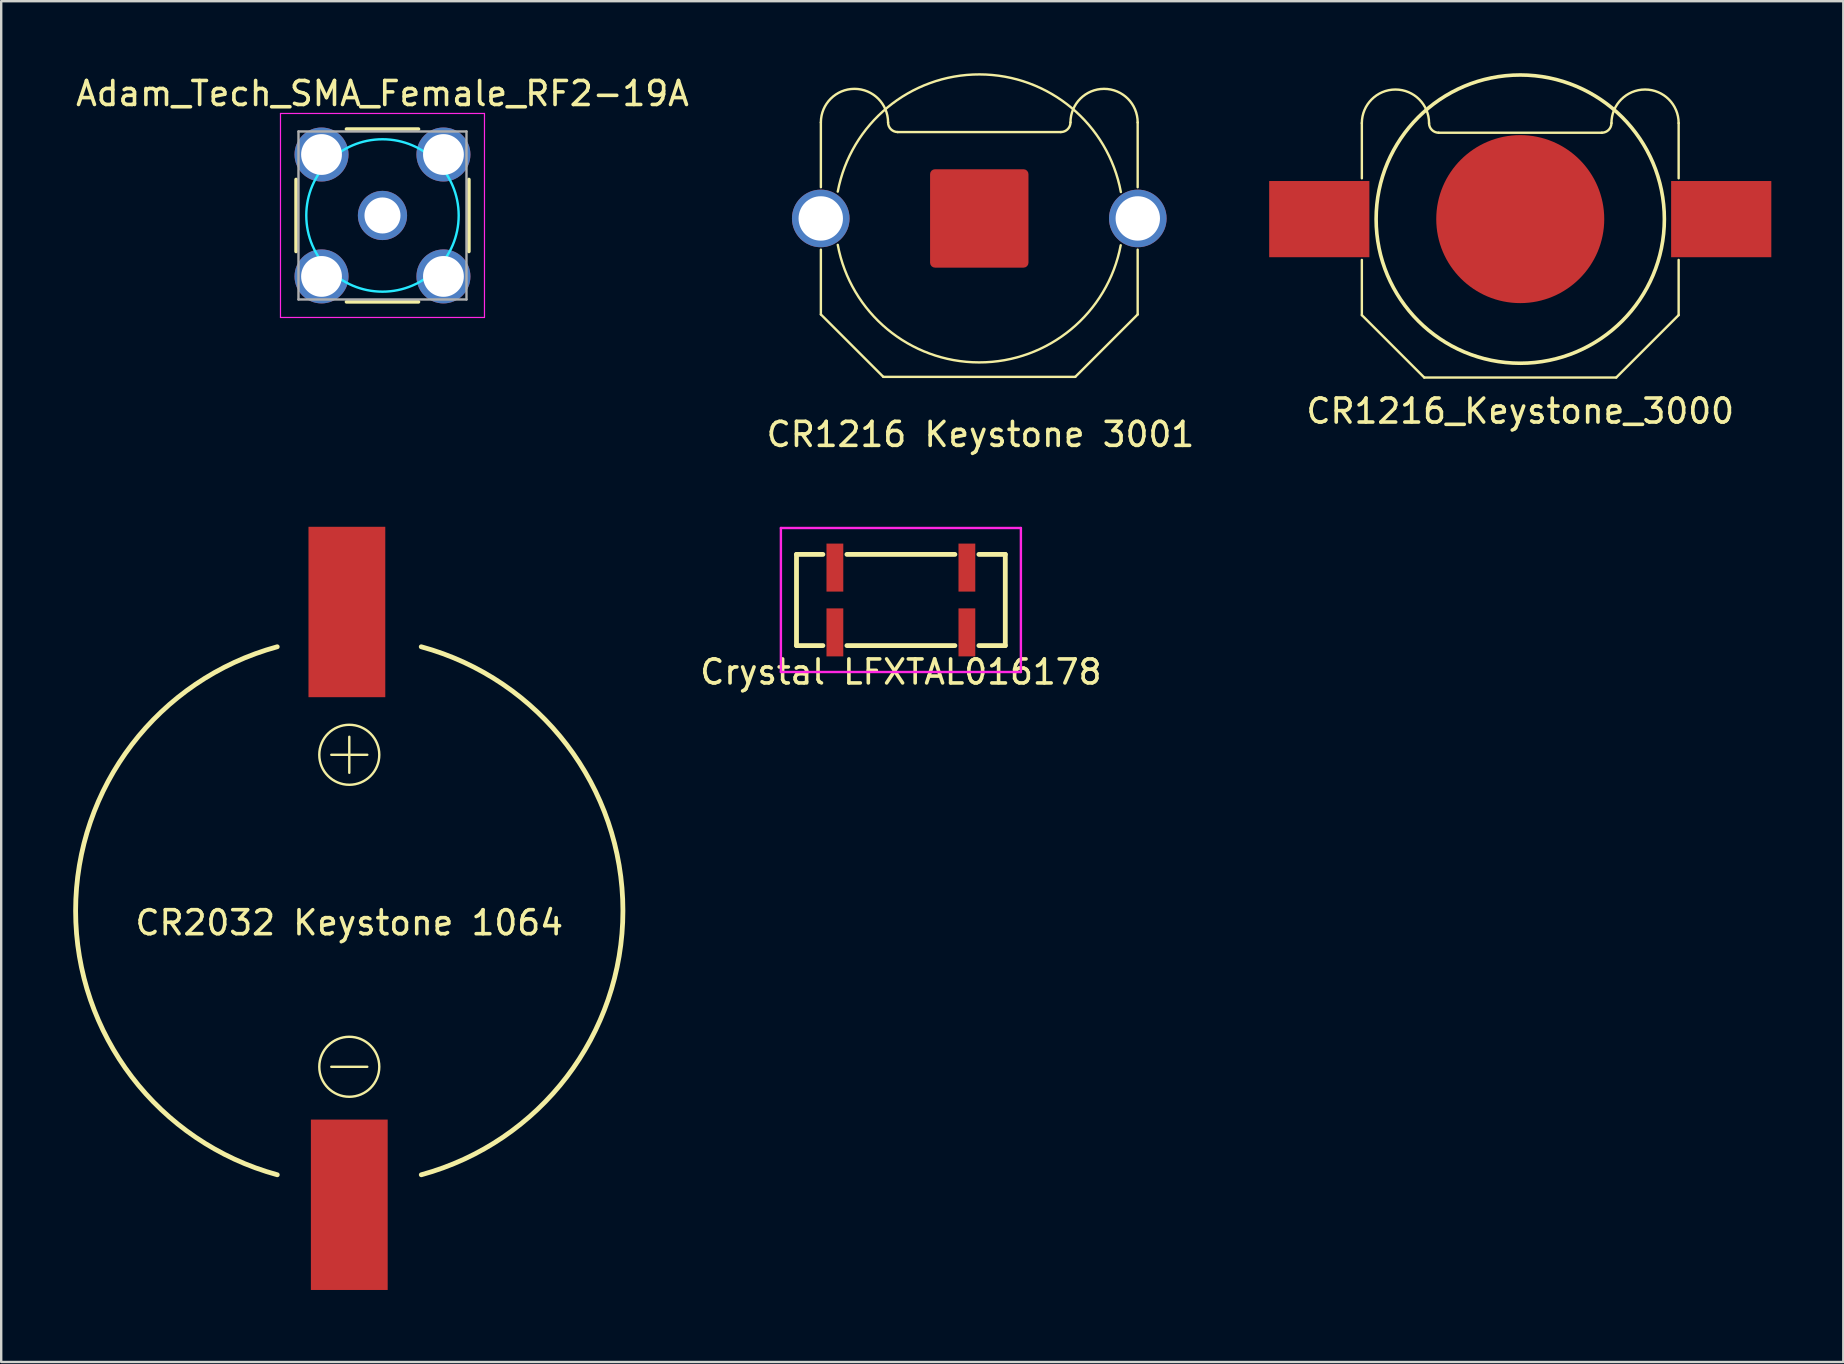
<source format=kicad_pcb>
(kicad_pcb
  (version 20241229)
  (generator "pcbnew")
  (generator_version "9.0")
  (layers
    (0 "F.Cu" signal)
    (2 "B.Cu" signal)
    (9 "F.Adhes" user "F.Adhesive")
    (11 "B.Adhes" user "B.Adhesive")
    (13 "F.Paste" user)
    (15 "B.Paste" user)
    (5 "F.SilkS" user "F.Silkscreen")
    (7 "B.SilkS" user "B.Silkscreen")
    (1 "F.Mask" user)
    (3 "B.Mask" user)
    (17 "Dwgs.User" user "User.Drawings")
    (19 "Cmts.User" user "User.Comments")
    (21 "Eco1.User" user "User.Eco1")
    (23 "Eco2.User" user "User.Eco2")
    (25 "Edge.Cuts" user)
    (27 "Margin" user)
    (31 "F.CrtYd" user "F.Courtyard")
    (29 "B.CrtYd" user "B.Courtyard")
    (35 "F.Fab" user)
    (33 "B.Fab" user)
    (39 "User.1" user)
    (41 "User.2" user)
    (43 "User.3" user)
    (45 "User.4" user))
  (footprint "CR2032 Keystone 1064"
    (layer "F.Cu")
    (at 11.504 34.9)
    (property "Reference" "CR2032 Keystone 1064" (at 0 0.5 0) (layer "F.SilkS") (effects (font (size 1 1) (thickness 0.15))))
    (attr through_hole)
    (fp_line (start 0 -7.25) (end 0 -5.75) (stroke (width 0.1) (type solid)) (layer "F.SilkS"))
    (fp_line (start 0.75 -6.5) (end -0.75 -6.5) (stroke (width 0.1) (type solid)) (layer "F.SilkS"))
    (fp_line (start 0.75 6.5) (end -0.75 6.5) (stroke (width 0.1) (type solid)) (layer "F.SilkS"))
    (fp_arc (start -3 11) (mid -11.403718 0.000484) (end -3.001964 -11.000533) (stroke (width 0.2) (type solid)) (layer "F.SilkS"))
    (fp_arc (start 2.998035 -11.000534) (mid 11.401753 -0.001018) (end 2.999999 10.999999) (stroke (width 0.2) (type solid)) (layer "F.SilkS"))
    (fp_circle (center 0 -6.5) (end 1.25 -6.5) (stroke (width 0.1) (type solid)) (fill no) (layer "F.SilkS"))
    (fp_circle (center 0 6.5) (end 1.25 6.5) (stroke (width 0.1) (type solid)) (fill no) (layer "F.SilkS"))
    (pad "1" smd rect (at -0.1 -12.45) (size 3.2 7.1) (layers "F.Cu" "F.Mask" "F.Paste"))
    (pad "2" smd rect (at 0 12.25) (size 3.2 7.1) (layers "F.Cu" "F.Mask" "F.Paste")))
  (footprint "CR1216_Keystone_3000"
    (layer "F.Cu")
    (at 60.295 6.08)
    (property "Reference" "CR1216_Keystone_3000" (at 0 8 0) (layer "F.SilkS") (effects (font (size 1 1) (thickness 0.15))))
    (attr through_hole)
    (fp_line (start -6.6 -1.7) (end -6.6 -4) (stroke (width 0.1) (type solid)) (layer "F.SilkS"))
    (fp_line (start -6.6 1.7) (end -6.6 4) (stroke (width 0.1) (type solid)) (layer "F.SilkS"))
    (fp_line (start -6.6 4) (end -4 6.6) (stroke (width 0.1) (type solid)) (layer "F.SilkS"))
    (fp_line (start 3.4 -3.6) (end -3.4 -3.6) (stroke (width 0.1) (type solid)) (layer "F.SilkS"))
    (fp_line (start 4 6.6) (end -4 6.6) (stroke (width 0.1) (type solid)) (layer "F.SilkS"))
    (fp_line (start 4 6.6) (end 6.6 4) (stroke (width 0.1) (type solid)) (layer "F.SilkS"))
    (fp_line (start 6.6 -4) (end 6.6 -1.7) (stroke (width 0.1) (type solid)) (layer "F.SilkS"))
    (fp_line (start 6.6 1.7) (end 6.6 4) (stroke (width 0.1) (type solid)) (layer "F.SilkS"))
    (fp_arc (start -6.6 -4) (mid -5.2 -5.4) (end -3.8 -4) (stroke (width 0.1) (type solid)) (layer "F.SilkS"))
    (fp_arc (start -3.4 -3.6) (mid -3.682843 -3.717157) (end -3.8 -4) (stroke (width 0.1) (type solid)) (layer "F.SilkS"))
    (fp_arc (start 3.8 -4) (mid 3.682843 -3.717157) (end 3.4 -3.6) (stroke (width 0.1) (type solid)) (layer "F.SilkS"))
    (fp_arc (start 3.8 -4) (mid 5.2 -5.4) (end 6.6 -4) (stroke (width 0.1) (type solid)) (layer "F.SilkS"))
    (fp_circle (center 0 0) (end 6 -0.25) (stroke (width 0.15) (type solid)) (fill no) (layer "F.SilkS"))
    (pad "1" smd rect (at -8.374 0) (size 4.175 3.175) (layers "F.Cu" "F.Mask" "F.Paste"))
    (pad "1" smd rect (at 8.374 0) (size 4.175 3.175) (layers "F.Cu" "F.Mask" "F.Paste"))
    (pad "2" smd circle (at 0 0) (size 7 7) (layers "F.Cu" "F.Mask")))
  (footprint "CR1216 Keystone 3001"
    (layer "F.Cu")
    (at 37.754 6.052)
    (property "Reference" "CR1216 Keystone 3001" (at 0.05 9 0) (layer "F.SilkS") (effects (font (size 1 1) (thickness 0.15))))
    (attr through_hole)
    (fp_line (start -6.6 -1.3) (end -6.6 -4) (stroke (width 0.1) (type solid)) (layer "F.SilkS"))
    (fp_line (start -6.6 1.3) (end -6.6 4) (stroke (width 0.1) (type solid)) (layer "F.SilkS"))
    (fp_line (start -6.6 4) (end -4 6.6) (stroke (width 0.1) (type solid)) (layer "F.SilkS"))
    (fp_line (start 3.4 -3.6) (end -3.4 -3.6) (stroke (width 0.1) (type solid)) (layer "F.SilkS"))
    (fp_line (start 4 6.6) (end -4 6.6) (stroke (width 0.1) (type solid)) (layer "F.SilkS"))
    (fp_line (start 4 6.6) (end 6.6 4) (stroke (width 0.1) (type solid)) (layer "F.SilkS"))
    (fp_line (start 6.6 -4) (end 6.6 -1.3) (stroke (width 0.1) (type solid)) (layer "F.SilkS"))
    (fp_line (start 6.6 1.3) (end 6.6 4) (stroke (width 0.1) (type solid)) (layer "F.SilkS"))
    (fp_arc (start -6.6 -4) (mid -5.2 -5.4) (end -3.8 -4) (stroke (width 0.1) (type solid)) (layer "F.SilkS"))
    (fp_arc (start -5.896555 -1.118313) (mid 0.009318 -6.001658) (end 5.899999 -1.099999) (stroke (width 0.1) (type solid)) (layer "F.SilkS"))
    (fp_arc (start -3.4 -3.6) (mid -3.682843 -3.717157) (end -3.8 -4) (stroke (width 0.1) (type solid)) (layer "F.SilkS"))
    (fp_arc (start 3.8 -4) (mid 3.682843 -3.717157) (end 3.4 -3.6) (stroke (width 0.1) (type solid)) (layer "F.SilkS"))
    (fp_arc (start 3.8 -4) (mid 5.2 -5.4) (end 6.6 -4) (stroke (width 0.1) (type solid)) (layer "F.SilkS"))
    (fp_arc (start 5.893344 1.117071) (mid -0.008686 5.998273) (end -5.896554 1.099999) (stroke (width 0.1) (type solid)) (layer "F.SilkS"))
    (pad "1" thru_hole circle (at -6.605 0) (size 2.4 2.4) (drill 1.85) (layers "*.Cu" "*.Mask"))
    (pad "1" thru_hole circle (at 6.605 0) (size 2.4 2.4) (drill 1.85) (layers "*.Cu" "*.Mask"))
    (pad "2" smd roundrect (at 0 0) (size 4.1 4.1) (layers "F.Cu" "F.Mask") (roundrect_rratio 0.05)))
  (footprint "Adam_Tech_SMA_Female_RF2-19A"
    (layer "F.Cu")
    (at 12.887 5.928)
    (property "Reference" "Adam_Tech_SMA_Female_RF2-19A" (at 0 -5.08 0) (layer "F.SilkS") (effects (font (size 1 1) (thickness 0.15))))
    (attr through_hole)
    (fp_line (start -3.6 1.5) (end -3.6 -1.5) (stroke (width 0.15) (type solid)) (layer "F.SilkS"))
    (fp_line (start -1.5 -3.6) (end 1.5 -3.6) (stroke (width 0.15) (type solid)) (layer "F.SilkS"))
    (fp_line (start 1.5 3.6) (end -1.5 3.6) (stroke (width 0.15) (type solid)) (layer "F.SilkS"))
    (fp_line (start 3.6 -1.5) (end 3.6 1.5) (stroke (width 0.15) (type solid)) (layer "F.SilkS"))
    (fp_circle (center 0 0) (end 3.175 0) (stroke (width 0.1) (type solid)) (fill no) (layer "B.CrtYd"))
    (fp_line (start -4.25 -4.25) (end 4.25 -4.25) (stroke (width 0.05) (type solid)) (layer "F.CrtYd"))
    (fp_line (start -4.25 4.25) (end -4.25 -4.25) (stroke (width 0.05) (type solid)) (layer "F.CrtYd"))
    (fp_line (start 4.25 -4.25) (end 4.25 4.25) (stroke (width 0.05) (type solid)) (layer "F.CrtYd"))
    (fp_line (start 4.25 4.25) (end -4.25 4.25) (stroke (width 0.05) (type solid)) (layer "F.CrtYd"))
    (fp_line (start -3.5 -3.5) (end 3.5 -3.5) (stroke (width 0.1) (type solid)) (layer "F.Fab"))
    (fp_line (start -3.5 3.5) (end -3.5 -3.5) (stroke (width 0.1) (type solid)) (layer "F.Fab"))
    (fp_line (start 3.5 -3.5) (end 3.5 3.5) (stroke (width 0.1) (type solid)) (layer "F.Fab"))
    (fp_line (start 3.5 3.5) (end -3.5 3.5) (stroke (width 0.1) (type solid)) (layer "F.Fab"))
    (pad "1" thru_hole circle (at 0 0) (size 2.05 2.05) (drill 1.5) (layers "*.Cu" "*.Mask"))
    (pad "2" thru_hole circle (at -2.54 -2.54) (size 2.25 2.25) (drill 1.7) (layers "*.Cu" "*.Mask"))
    (pad "2" thru_hole circle (at -2.54 2.54) (size 2.25 2.25) (drill 1.7) (layers "*.Cu" "*.Mask"))
    (pad "2" thru_hole circle (at 2.54 -2.54) (size 2.25 2.25) (drill 1.7) (layers "*.Cu" "*.Mask"))
    (pad "2" thru_hole circle (at 2.54 2.54) (size 2.25 2.25) (drill 1.7) (layers "*.Cu" "*.Mask")))
  (footprint "Crystal LFXTAL016178"
    (layer "F.Cu")
    (at 34.488 21.95)
    (property "Reference" "Crystal LFXTAL016178" (at 0 3 0) (layer "F.SilkS") (effects (font (size 1 1) (thickness 0.15))))
    (attr through_hole)
    (fp_line (start -4.35 -1.9) (end -3.25 -1.9) (stroke (width 0.2) (type solid)) (layer "F.SilkS"))
    (fp_line (start -4.35 1.9) (end -4.35 -1.9) (stroke (width 0.2) (type solid)) (layer "F.SilkS"))
    (fp_line (start -3.25 1.9) (end -4.35 1.9) (stroke (width 0.2) (type solid)) (layer "F.SilkS"))
    (fp_line (start -2.25 -1.9) (end 2.25 -1.9) (stroke (width 0.2) (type solid)) (layer "F.SilkS"))
    (fp_line (start 2.25 1.9) (end -2.25 1.9) (stroke (width 0.2) (type solid)) (layer "F.SilkS"))
    (fp_line (start 3.25 -1.9) (end 4.35 -1.9) (stroke (width 0.2) (type solid)) (layer "F.SilkS"))
    (fp_line (start 4.35 -1.9) (end 4.35 1.9) (stroke (width 0.2) (type solid)) (layer "F.SilkS"))
    (fp_line (start 4.35 1.9) (end 3.25 1.9) (stroke (width 0.2) (type solid)) (layer "F.SilkS"))
    (fp_line (start -5 -3) (end 5 -3) (stroke (width 0.1) (type solid)) (layer "F.CrtYd"))
    (fp_line (start -5 3) (end -5 -3) (stroke (width 0.1) (type solid)) (layer "F.CrtYd"))
    (fp_line (start 5 -3) (end 5 3) (stroke (width 0.1) (type solid)) (layer "F.CrtYd"))
    (fp_line (start 5 3) (end -5 3) (stroke (width 0.1) (type solid)) (layer "F.CrtYd"))
    (pad "" smd rect (at 2.75 -1.35) (size 0.7 2) (layers "F.Cu" "F.Mask" "F.Paste"))
    (pad "" smd rect (at 2.75 1.35) (size 0.7 2) (layers "F.Cu" "F.Mask" "F.Paste"))
    (pad "1" smd rect (at -2.75 -1.35) (size 0.7 2) (layers "F.Cu" "F.Mask" "F.Paste"))
    (pad "2" smd rect (at -2.75 1.35) (size 0.7 2) (layers "F.Cu" "F.Mask" "F.Paste")))
  (gr_rect
    (start -3 -3)
    (end 73.756 53.7)
    (stroke (width 0.1) (type default))
    (fill no)
    (layer "Edge.Cuts")))
</source>
